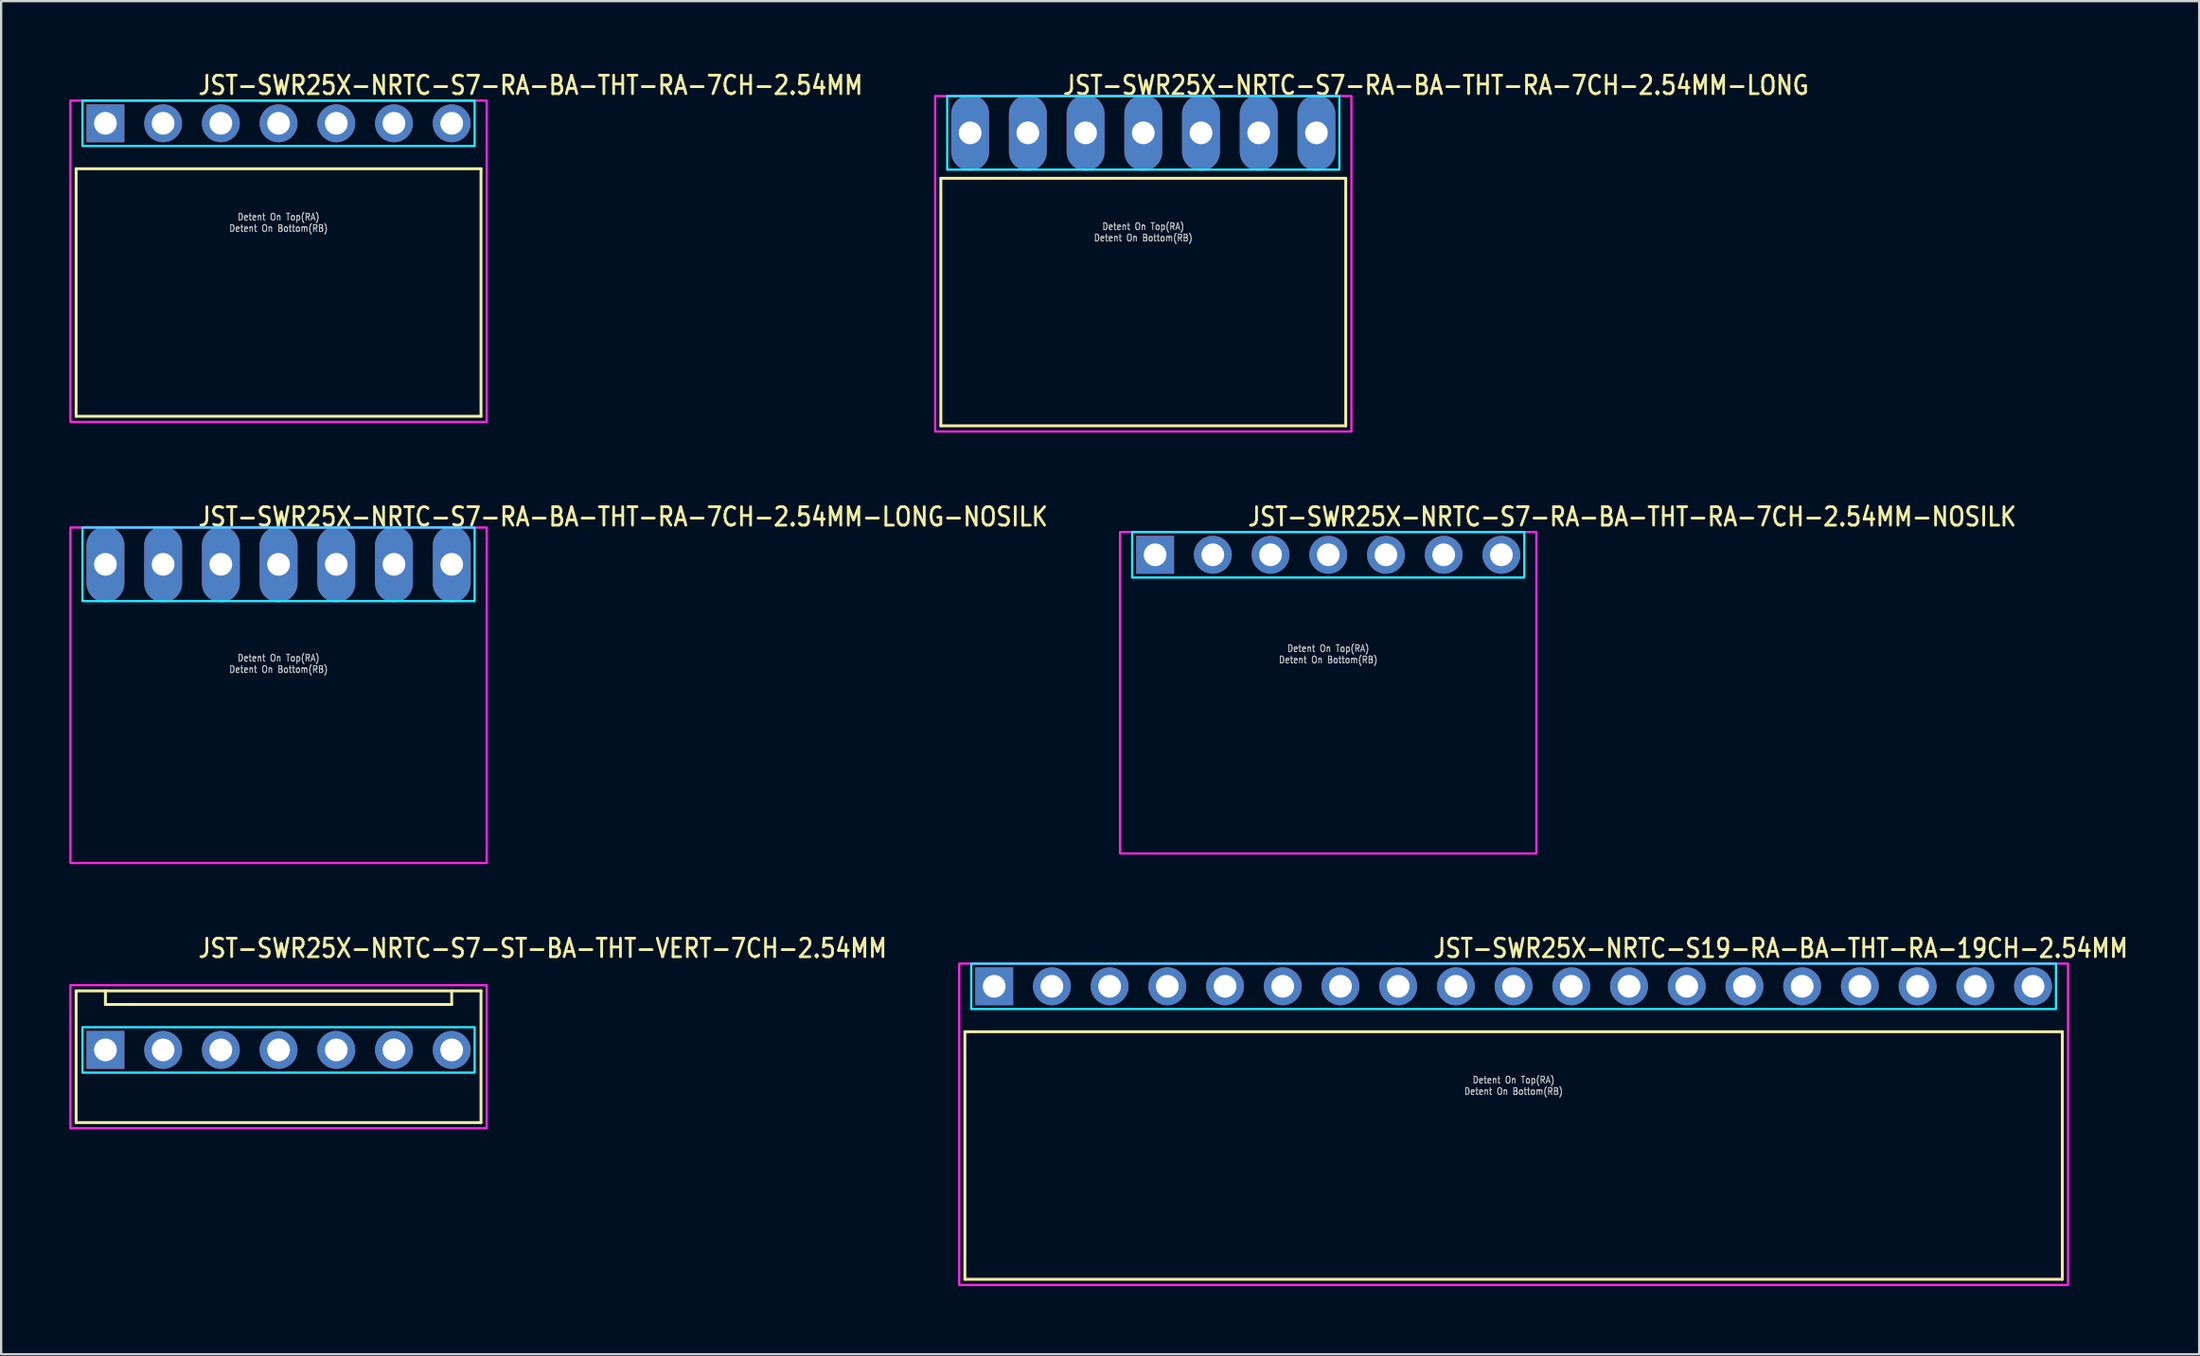
<source format=kicad_pcb>
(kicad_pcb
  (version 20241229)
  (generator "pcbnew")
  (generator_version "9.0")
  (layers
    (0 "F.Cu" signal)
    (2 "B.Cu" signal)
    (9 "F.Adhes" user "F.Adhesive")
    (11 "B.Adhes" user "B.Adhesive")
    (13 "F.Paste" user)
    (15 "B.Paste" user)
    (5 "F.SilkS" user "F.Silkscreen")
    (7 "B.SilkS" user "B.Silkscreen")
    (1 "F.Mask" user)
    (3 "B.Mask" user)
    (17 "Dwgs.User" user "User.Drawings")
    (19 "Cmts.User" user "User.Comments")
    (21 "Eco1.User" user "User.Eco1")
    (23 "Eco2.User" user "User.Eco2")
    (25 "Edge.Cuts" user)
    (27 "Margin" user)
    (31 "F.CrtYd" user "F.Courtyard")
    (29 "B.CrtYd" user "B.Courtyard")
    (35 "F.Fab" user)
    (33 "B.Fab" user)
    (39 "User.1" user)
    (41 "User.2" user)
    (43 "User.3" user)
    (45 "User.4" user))
  (footprint "JST-SWR25X-NRTC-S7-RA-BA-THT-RA-7CH-2.54MM-LONG"
    (layer "F.Cu")
    (at 47.268 2.799)
    (property "Reference" "JST-SWR25X-NRTC-S7-RA-BA-THT-RA-7CH-2.54MM-LONG" (at -3.6 -1.62 0) (unlocked yes) (layer "F.SilkS") (effects (font (size 0.813 0.695) (thickness 0.122)) (justify left bottom)))
    (fp_line (start -8.91 2) (end 8.91 2) (stroke (width 0.127) (type solid)) (layer "F.SilkS"))
    (fp_line (start -8.91 12.9) (end -8.91 2) (stroke (width 0.127) (type solid)) (layer "F.SilkS"))
    (fp_line (start -8.91 12.9) (end 8.91 12.9) (stroke (width 0.127) (type solid)) (layer "F.SilkS"))
    (fp_line (start 8.91 2) (end 8.91 12.9) (stroke (width 0.127) (type solid)) (layer "F.SilkS"))
    (fp_poly (pts (xy -8.63 -1.62) (xy -8.63 1.62) (xy 8.63 1.62) (xy 8.63 -1.62)) (stroke (width 0.1) (type solid)) (fill no) (layer "B.CrtYd"))
    (fp_poly (pts (xy -9.16 -1.62) (xy -9.16 13.15) (xy 9.16 13.15) (xy 9.16 -1.62)) (stroke (width 0.1) (type solid)) (fill no) (layer "F.CrtYd"))
    (fp_text user "Detent On Bottom(RB)" (at 0 4.8 0) (unlocked yes) (layer "Dwgs.User") (effects (font (size 0.3 0.257) (thickness 0.045)) (justify bottom)))
    (fp_text user "Detent On Top(RA)" (at 0 4.3 0) (unlocked yes) (layer "Dwgs.User") (effects (font (size 0.3 0.257) (thickness 0.045)) (justify bottom)))
    (pad "P$1" thru_hole oval (at -7.62 0 90) (size 3.333 1.667) (drill 1) (layers "*.Cu" "*.Mask"))
    (pad "P$2" thru_hole oval (at -5.08 0 90) (size 3.333 1.667) (drill 1) (layers "*.Cu" "*.Mask"))
    (pad "P$3" thru_hole oval (at -2.54 0 90) (size 3.333 1.667) (drill 1) (layers "*.Cu" "*.Mask"))
    (pad "P$4" thru_hole oval (at 0 0 90) (size 3.333 1.667) (drill 1) (layers "*.Cu" "*.Mask"))
    (pad "P$5" thru_hole oval (at 2.54 0 90) (size 3.333 1.667) (drill 1) (layers "*.Cu" "*.Mask"))
    (pad "P$6" thru_hole oval (at 5.08 0 90) (size 3.333 1.667) (drill 1) (layers "*.Cu" "*.Mask"))
    (pad "P$7" thru_hole oval (at 7.62 0 90) (size 3.333 1.667) (drill 1) (layers "*.Cu" "*.Mask")))
  (footprint "JST-SWR25X-NRTC-S19-RA-BA-THT-RA-19CH-2.54MM"
    (layer "F.Cu")
    (at 63.566 40.376)
    (property "Reference" "JST-SWR25X-NRTC-S19-RA-BA-THT-RA-19CH-2.54MM" (at -3.6 -1.2 0) (unlocked yes) (layer "F.SilkS") (effects (font (size 0.813 0.695) (thickness 0.122)) (justify left bottom)))
    (fp_line (start -24.15 2) (end 24.15 2) (stroke (width 0.127) (type solid)) (layer "F.SilkS"))
    (fp_line (start -24.15 12.9) (end -24.15 2) (stroke (width 0.127) (type solid)) (layer "F.SilkS"))
    (fp_line (start -24.15 12.9) (end 24.15 12.9) (stroke (width 0.127) (type solid)) (layer "F.SilkS"))
    (fp_line (start 24.15 2) (end 24.15 12.9) (stroke (width 0.127) (type solid)) (layer "F.SilkS"))
    (fp_poly (pts (xy -23.87 -1) (xy -23.87 1) (xy 23.87 1) (xy 23.87 -1)) (stroke (width 0.1) (type solid)) (fill no) (layer "B.CrtYd"))
    (fp_poly (pts (xy -24.4 -1) (xy -24.4 13.15) (xy 24.4 13.15) (xy 24.4 -1)) (stroke (width 0.1) (type solid)) (fill no) (layer "F.CrtYd"))
    (fp_text user "Detent On Bottom(RB)" (at 0 4.8 0) (unlocked yes) (layer "Dwgs.User") (effects (font (size 0.3 0.257) (thickness 0.045)) (justify bottom)))
    (fp_text user "Detent On Top(RA)" (at 0 4.3 0) (unlocked yes) (layer "Dwgs.User") (effects (font (size 0.3 0.257) (thickness 0.045)) (justify bottom)))
    (pad "P$1" thru_hole rect (at -22.86 0) (size 1.667 1.667) (drill 1) (layers "*.Cu" "*.Mask"))
    (pad "P$2" thru_hole oval (at -20.32 0) (size 1.667 1.667) (drill 1) (layers "*.Cu" "*.Mask"))
    (pad "P$3" thru_hole oval (at -17.78 0) (size 1.667 1.667) (drill 1) (layers "*.Cu" "*.Mask"))
    (pad "P$4" thru_hole oval (at -15.24 0) (size 1.667 1.667) (drill 1) (layers "*.Cu" "*.Mask"))
    (pad "P$5" thru_hole oval (at -12.7 0) (size 1.667 1.667) (drill 1) (layers "*.Cu" "*.Mask"))
    (pad "P$6" thru_hole oval (at -10.16 0) (size 1.667 1.667) (drill 1) (layers "*.Cu" "*.Mask"))
    (pad "P$7" thru_hole oval (at -7.62 0) (size 1.667 1.667) (drill 1) (layers "*.Cu" "*.Mask"))
    (pad "P$8" thru_hole oval (at -5.08 0) (size 1.667 1.667) (drill 1) (layers "*.Cu" "*.Mask"))
    (pad "P$9" thru_hole oval (at -2.54 0) (size 1.667 1.667) (drill 1) (layers "*.Cu" "*.Mask"))
    (pad "P$10" thru_hole oval (at 0 0) (size 1.667 1.667) (drill 1) (layers "*.Cu" "*.Mask"))
    (pad "P$11" thru_hole oval (at 2.54 0) (size 1.667 1.667) (drill 1) (layers "*.Cu" "*.Mask"))
    (pad "P$12" thru_hole oval (at 5.08 0) (size 1.667 1.667) (drill 1) (layers "*.Cu" "*.Mask"))
    (pad "P$13" thru_hole oval (at 7.62 0) (size 1.667 1.667) (drill 1) (layers "*.Cu" "*.Mask"))
    (pad "P$14" thru_hole oval (at 10.16 0) (size 1.667 1.667) (drill 1) (layers "*.Cu" "*.Mask"))
    (pad "P$15" thru_hole oval (at 12.7 0) (size 1.667 1.667) (drill 1) (layers "*.Cu" "*.Mask"))
    (pad "P$16" thru_hole oval (at 15.24 0) (size 1.667 1.667) (drill 1) (layers "*.Cu" "*.Mask"))
    (pad "P$17" thru_hole oval (at 17.78 0) (size 1.667 1.667) (drill 1) (layers "*.Cu" "*.Mask"))
    (pad "P$18" thru_hole oval (at 20.32 0) (size 1.667 1.667) (drill 1) (layers "*.Cu" "*.Mask"))
    (pad "P$19" thru_hole oval (at 22.86 0) (size 1.667 1.667) (drill 1) (layers "*.Cu" "*.Mask")))
  (footprint "JST-SWR25X-NRTC-S7-ST-BA-THT-VERT-7CH-2.54MM"
    (layer "F.Cu")
    (at 9.21 43.176)
    (property "Reference" "JST-SWR25X-NRTC-S7-ST-BA-THT-VERT-7CH-2.54MM" (at -3.6 -4 0) (unlocked yes) (layer "F.SilkS") (effects (font (size 0.813 0.695) (thickness 0.122)) (justify left bottom)))
    (fp_line (start -8.91 -2.6) (end 8.91 -2.6) (stroke (width 0.127) (type solid)) (layer "F.SilkS"))
    (fp_line (start -8.91 3.2) (end -8.91 -2.6) (stroke (width 0.127) (type solid)) (layer "F.SilkS"))
    (fp_line (start -8.91 3.2) (end 8.91 3.2) (stroke (width 0.127) (type solid)) (layer "F.SilkS"))
    (fp_line (start -7.62 -2.6) (end -7.62 -2) (stroke (width 0.127) (type solid)) (layer "F.SilkS"))
    (fp_line (start -7.62 -2) (end 7.62 -2) (stroke (width 0.127) (type solid)) (layer "F.SilkS"))
    (fp_line (start 7.62 -2.6) (end 7.62 -2) (stroke (width 0.127) (type solid)) (layer "F.SilkS"))
    (fp_line (start 8.91 -2.6) (end 8.91 3.2) (stroke (width 0.127) (type solid)) (layer "F.SilkS"))
    (fp_poly (pts (xy -8.63 -1) (xy -8.63 1) (xy 8.63 1) (xy 8.63 -1)) (stroke (width 0.1) (type solid)) (fill no) (layer "B.CrtYd"))
    (fp_poly (pts (xy -9.16 -2.85) (xy -9.16 3.45) (xy 9.16 3.45) (xy 9.16 -2.85)) (stroke (width 0.1) (type solid)) (fill no) (layer "F.CrtYd"))
    (pad "P$1" thru_hole rect (at -7.62 0) (size 1.667 1.667) (drill 1) (layers "*.Cu" "*.Mask"))
    (pad "P$2" thru_hole oval (at -5.08 0) (size 1.667 1.667) (drill 1) (layers "*.Cu" "*.Mask"))
    (pad "P$3" thru_hole oval (at -2.54 0) (size 1.667 1.667) (drill 1) (layers "*.Cu" "*.Mask"))
    (pad "P$4" thru_hole oval (at 0 0) (size 1.667 1.667) (drill 1) (layers "*.Cu" "*.Mask"))
    (pad "P$5" thru_hole oval (at 2.54 0) (size 1.667 1.667) (drill 1) (layers "*.Cu" "*.Mask"))
    (pad "P$6" thru_hole oval (at 5.08 0) (size 1.667 1.667) (drill 1) (layers "*.Cu" "*.Mask"))
    (pad "P$7" thru_hole oval (at 7.62 0) (size 1.667 1.667) (drill 1) (layers "*.Cu" "*.Mask")))
  (footprint "JST-SWR25X-NRTC-S7-RA-BA-THT-RA-7CH-2.54MM-LONG-NOSILK"
    (layer "F.Cu")
    (at 9.21 21.797)
    (property "Reference" "JST-SWR25X-NRTC-S7-RA-BA-THT-RA-7CH-2.54MM-LONG-NOSILK" (at -3.6 -1.62 0) (unlocked yes) (layer "F.SilkS") (effects (font (size 0.813 0.695) (thickness 0.122)) (justify left bottom)))
    (fp_poly (pts (xy -8.63 -1.62) (xy -8.63 1.62) (xy 8.63 1.62) (xy 8.63 -1.62)) (stroke (width 0.1) (type solid)) (fill no) (layer "B.CrtYd"))
    (fp_poly (pts (xy -9.16 -1.62) (xy -9.16 13.15) (xy 9.16 13.15) (xy 9.16 -1.62)) (stroke (width 0.1) (type solid)) (fill no) (layer "F.CrtYd"))
    (fp_text user "Detent On Bottom(RB)" (at 0 4.8 0) (unlocked yes) (layer "Dwgs.User") (effects (font (size 0.3 0.257) (thickness 0.045)) (justify bottom)))
    (fp_text user "Detent On Top(RA)" (at 0 4.3 0) (unlocked yes) (layer "Dwgs.User") (effects (font (size 0.3 0.257) (thickness 0.045)) (justify bottom)))
    (pad "P$1" thru_hole oval (at -7.62 0 90) (size 3.333 1.667) (drill 1) (layers "*.Cu" "*.Mask"))
    (pad "P$2" thru_hole oval (at -5.08 0 90) (size 3.333 1.667) (drill 1) (layers "*.Cu" "*.Mask"))
    (pad "P$3" thru_hole oval (at -2.54 0 90) (size 3.333 1.667) (drill 1) (layers "*.Cu" "*.Mask"))
    (pad "P$4" thru_hole oval (at 0 0 90) (size 3.333 1.667) (drill 1) (layers "*.Cu" "*.Mask"))
    (pad "P$5" thru_hole oval (at 2.54 0 90) (size 3.333 1.667) (drill 1) (layers "*.Cu" "*.Mask"))
    (pad "P$6" thru_hole oval (at 5.08 0 90) (size 3.333 1.667) (drill 1) (layers "*.Cu" "*.Mask"))
    (pad "P$7" thru_hole oval (at 7.62 0 90) (size 3.333 1.667) (drill 1) (layers "*.Cu" "*.Mask")))
  (footprint "JST-SWR25X-NRTC-S7-RA-BA-THT-RA-7CH-2.54MM-NOSILK"
    (layer "F.Cu")
    (at 55.408 21.377)
    (property "Reference" "JST-SWR25X-NRTC-S7-RA-BA-THT-RA-7CH-2.54MM-NOSILK" (at -3.6 -1.2 0) (unlocked yes) (layer "F.SilkS") (effects (font (size 0.813 0.695) (thickness 0.122)) (justify left bottom)))
    (fp_poly (pts (xy -8.63 -1) (xy -8.63 1) (xy 8.63 1) (xy 8.63 -1)) (stroke (width 0.1) (type solid)) (fill no) (layer "B.CrtYd"))
    (fp_poly (pts (xy -9.16 -1) (xy -9.16 13.15) (xy 9.16 13.15) (xy 9.16 -1)) (stroke (width 0.1) (type solid)) (fill no) (layer "F.CrtYd"))
    (fp_text user "Detent On Top(RA)" (at 0 4.3 0) (unlocked yes) (layer "Dwgs.User") (effects (font (size 0.3 0.257) (thickness 0.045)) (justify bottom)))
    (fp_text user "Detent On Bottom(RB)" (at 0 4.8 0) (unlocked yes) (layer "Dwgs.User") (effects (font (size 0.3 0.257) (thickness 0.045)) (justify bottom)))
    (pad "P$1" thru_hole rect (at -7.62 0) (size 1.667 1.667) (drill 1) (layers "*.Cu" "*.Mask"))
    (pad "P$2" thru_hole oval (at -5.08 0) (size 1.667 1.667) (drill 1) (layers "*.Cu" "*.Mask"))
    (pad "P$3" thru_hole oval (at -2.54 0) (size 1.667 1.667) (drill 1) (layers "*.Cu" "*.Mask"))
    (pad "P$4" thru_hole oval (at 0 0) (size 1.667 1.667) (drill 1) (layers "*.Cu" "*.Mask"))
    (pad "P$5" thru_hole oval (at 2.54 0) (size 1.667 1.667) (drill 1) (layers "*.Cu" "*.Mask"))
    (pad "P$6" thru_hole oval (at 5.08 0) (size 1.667 1.667) (drill 1) (layers "*.Cu" "*.Mask"))
    (pad "P$7" thru_hole oval (at 7.62 0) (size 1.667 1.667) (drill 1) (layers "*.Cu" "*.Mask")))
  (footprint "JST-SWR25X-NRTC-S7-RA-BA-THT-RA-7CH-2.54MM"
    (layer "F.Cu")
    (at 9.21 2.379)
    (property "Reference" "JST-SWR25X-NRTC-S7-RA-BA-THT-RA-7CH-2.54MM" (at -3.6 -1.2 0) (unlocked yes) (layer "F.SilkS") (effects (font (size 0.813 0.695) (thickness 0.122)) (justify left bottom)))
    (fp_line (start -8.91 2) (end 8.91 2) (stroke (width 0.127) (type solid)) (layer "F.SilkS"))
    (fp_line (start -8.91 12.9) (end -8.91 2) (stroke (width 0.127) (type solid)) (layer "F.SilkS"))
    (fp_line (start -8.91 12.9) (end 8.91 12.9) (stroke (width 0.127) (type solid)) (layer "F.SilkS"))
    (fp_line (start 8.91 2) (end 8.91 12.9) (stroke (width 0.127) (type solid)) (layer "F.SilkS"))
    (fp_poly (pts (xy -8.63 -1) (xy -8.63 1) (xy 8.63 1) (xy 8.63 -1)) (stroke (width 0.1) (type solid)) (fill no) (layer "B.CrtYd"))
    (fp_poly (pts (xy -9.16 -1) (xy -9.16 13.15) (xy 9.16 13.15) (xy 9.16 -1)) (stroke (width 0.1) (type solid)) (fill no) (layer "F.CrtYd"))
    (fp_text user "Detent On Bottom(RB)" (at 0 4.8 0) (unlocked yes) (layer "Dwgs.User") (effects (font (size 0.3 0.257) (thickness 0.045)) (justify bottom)))
    (fp_text user "Detent On Top(RA)" (at 0 4.3 0) (unlocked yes) (layer "Dwgs.User") (effects (font (size 0.3 0.257) (thickness 0.045)) (justify bottom)))
    (pad "P$1" thru_hole rect (at -7.62 0) (size 1.667 1.667) (drill 1) (layers "*.Cu" "*.Mask"))
    (pad "P$2" thru_hole oval (at -5.08 0) (size 1.667 1.667) (drill 1) (layers "*.Cu" "*.Mask"))
    (pad "P$3" thru_hole oval (at -2.54 0) (size 1.667 1.667) (drill 1) (layers "*.Cu" "*.Mask"))
    (pad "P$4" thru_hole oval (at 0 0) (size 1.667 1.667) (drill 1) (layers "*.Cu" "*.Mask"))
    (pad "P$5" thru_hole oval (at 2.54 0) (size 1.667 1.667) (drill 1) (layers "*.Cu" "*.Mask"))
    (pad "P$6" thru_hole oval (at 5.08 0) (size 1.667 1.667) (drill 1) (layers "*.Cu" "*.Mask"))
    (pad "P$7" thru_hole oval (at 7.62 0) (size 1.667 1.667) (drill 1) (layers "*.Cu" "*.Mask")))
  (gr_rect
    (start -3 -3)
    (end 93.738 56.576)
    (stroke (width 0.1) (type default))
    (fill no)
    (layer "Edge.Cuts")))
</source>
